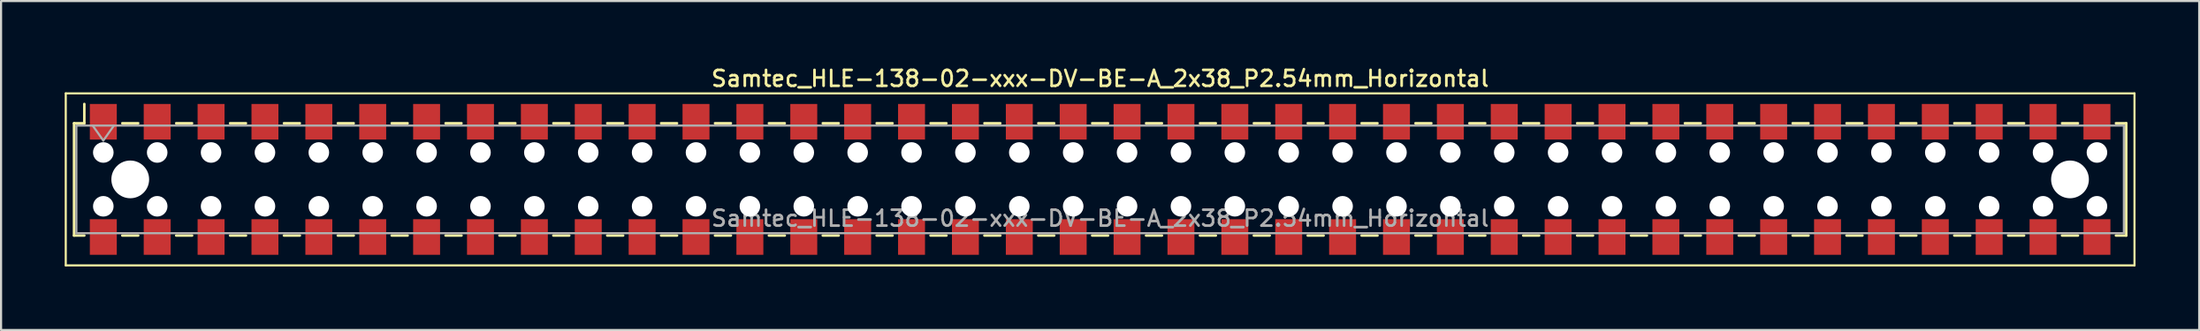
<source format=kicad_pcb>
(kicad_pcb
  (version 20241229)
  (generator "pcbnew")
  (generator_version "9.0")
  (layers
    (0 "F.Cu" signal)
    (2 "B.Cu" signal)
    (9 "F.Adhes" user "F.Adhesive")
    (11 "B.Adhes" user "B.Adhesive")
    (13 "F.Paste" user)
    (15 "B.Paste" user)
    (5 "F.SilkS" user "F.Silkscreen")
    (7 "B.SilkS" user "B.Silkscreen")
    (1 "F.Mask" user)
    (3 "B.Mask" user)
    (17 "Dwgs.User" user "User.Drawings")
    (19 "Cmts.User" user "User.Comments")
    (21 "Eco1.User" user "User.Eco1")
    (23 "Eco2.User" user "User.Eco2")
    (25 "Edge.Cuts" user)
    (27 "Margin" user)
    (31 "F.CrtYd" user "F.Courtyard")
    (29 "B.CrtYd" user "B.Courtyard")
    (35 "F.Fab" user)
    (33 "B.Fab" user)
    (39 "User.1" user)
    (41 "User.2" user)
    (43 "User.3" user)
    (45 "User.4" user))
  (footprint "Samtec_HLE-138-02-xxx-DV-BE-A_2x38_P2.54mm_Horizontal"
    (layer "F.Cu")
    (at 48.81 5.418)
    (property "Reference" "Samtec_HLE-138-02-xxx-DV-BE-A_2x38_P2.54mm_Horizontal" (at 0 -4.76 0) (layer "F.SilkS") (effects (font (size 0.75 0.75) (thickness 0.125))))
    (attr smd)
    (fp_line (start -48.76 -4.06) (end 48.76 -4.06) (stroke (width 0.1) (type solid)) (layer "F.SilkS"))
    (fp_line (start -48.76 4.06) (end -48.76 -4.06) (stroke (width 0.1) (type solid)) (layer "F.SilkS"))
    (fp_line (start -48.37 -2.65) (end -48.37 2.65) (stroke (width 0.12) (type solid)) (layer "F.SilkS"))
    (fp_line (start -48.37 2.65) (end -47.885 2.65) (stroke (width 0.12) (type solid)) (layer "F.SilkS"))
    (fp_line (start -47.885 -3.56) (end -47.885 -2.65) (stroke (width 0.12) (type solid)) (layer "F.SilkS"))
    (fp_line (start -47.885 -2.65) (end -48.37 -2.65) (stroke (width 0.12) (type solid)) (layer "F.SilkS"))
    (fp_line (start -46.095 -2.65) (end -45.345 -2.65) (stroke (width 0.12) (type solid)) (layer "F.SilkS"))
    (fp_line (start -46.095 2.65) (end -45.345 2.65) (stroke (width 0.12) (type solid)) (layer "F.SilkS"))
    (fp_line (start -43.555 -2.65) (end -42.805 -2.65) (stroke (width 0.12) (type solid)) (layer "F.SilkS"))
    (fp_line (start -43.555 2.65) (end -42.805 2.65) (stroke (width 0.12) (type solid)) (layer "F.SilkS"))
    (fp_line (start -41.015 -2.65) (end -40.265 -2.65) (stroke (width 0.12) (type solid)) (layer "F.SilkS"))
    (fp_line (start -41.015 2.65) (end -40.265 2.65) (stroke (width 0.12) (type solid)) (layer "F.SilkS"))
    (fp_line (start -38.475 -2.65) (end -37.725 -2.65) (stroke (width 0.12) (type solid)) (layer "F.SilkS"))
    (fp_line (start -38.475 2.65) (end -37.725 2.65) (stroke (width 0.12) (type solid)) (layer "F.SilkS"))
    (fp_line (start -35.935 -2.65) (end -35.185 -2.65) (stroke (width 0.12) (type solid)) (layer "F.SilkS"))
    (fp_line (start -35.935 2.65) (end -35.185 2.65) (stroke (width 0.12) (type solid)) (layer "F.SilkS"))
    (fp_line (start -33.395 -2.65) (end -32.645 -2.65) (stroke (width 0.12) (type solid)) (layer "F.SilkS"))
    (fp_line (start -33.395 2.65) (end -32.645 2.65) (stroke (width 0.12) (type solid)) (layer "F.SilkS"))
    (fp_line (start -30.855 -2.65) (end -30.105 -2.65) (stroke (width 0.12) (type solid)) (layer "F.SilkS"))
    (fp_line (start -30.855 2.65) (end -30.105 2.65) (stroke (width 0.12) (type solid)) (layer "F.SilkS"))
    (fp_line (start -28.315 -2.65) (end -27.565 -2.65) (stroke (width 0.12) (type solid)) (layer "F.SilkS"))
    (fp_line (start -28.315 2.65) (end -27.565 2.65) (stroke (width 0.12) (type solid)) (layer "F.SilkS"))
    (fp_line (start -25.775 -2.65) (end -25.025 -2.65) (stroke (width 0.12) (type solid)) (layer "F.SilkS"))
    (fp_line (start -25.775 2.65) (end -25.025 2.65) (stroke (width 0.12) (type solid)) (layer "F.SilkS"))
    (fp_line (start -23.235 -2.65) (end -22.485 -2.65) (stroke (width 0.12) (type solid)) (layer "F.SilkS"))
    (fp_line (start -23.235 2.65) (end -22.485 2.65) (stroke (width 0.12) (type solid)) (layer "F.SilkS"))
    (fp_line (start -20.695 -2.65) (end -19.945 -2.65) (stroke (width 0.12) (type solid)) (layer "F.SilkS"))
    (fp_line (start -20.695 2.65) (end -19.945 2.65) (stroke (width 0.12) (type solid)) (layer "F.SilkS"))
    (fp_line (start -18.155 -2.65) (end -17.405 -2.65) (stroke (width 0.12) (type solid)) (layer "F.SilkS"))
    (fp_line (start -18.155 2.65) (end -17.405 2.65) (stroke (width 0.12) (type solid)) (layer "F.SilkS"))
    (fp_line (start -15.615 -2.65) (end -14.865 -2.65) (stroke (width 0.12) (type solid)) (layer "F.SilkS"))
    (fp_line (start -15.615 2.65) (end -14.865 2.65) (stroke (width 0.12) (type solid)) (layer "F.SilkS"))
    (fp_line (start -13.075 -2.65) (end -12.325 -2.65) (stroke (width 0.12) (type solid)) (layer "F.SilkS"))
    (fp_line (start -13.075 2.65) (end -12.325 2.65) (stroke (width 0.12) (type solid)) (layer "F.SilkS"))
    (fp_line (start -10.535 -2.65) (end -9.785 -2.65) (stroke (width 0.12) (type solid)) (layer "F.SilkS"))
    (fp_line (start -10.535 2.65) (end -9.785 2.65) (stroke (width 0.12) (type solid)) (layer "F.SilkS"))
    (fp_line (start -7.995 -2.65) (end -7.245 -2.65) (stroke (width 0.12) (type solid)) (layer "F.SilkS"))
    (fp_line (start -7.995 2.65) (end -7.245 2.65) (stroke (width 0.12) (type solid)) (layer "F.SilkS"))
    (fp_line (start -5.455 -2.65) (end -4.705 -2.65) (stroke (width 0.12) (type solid)) (layer "F.SilkS"))
    (fp_line (start -5.455 2.65) (end -4.705 2.65) (stroke (width 0.12) (type solid)) (layer "F.SilkS"))
    (fp_line (start -2.915 -2.65) (end -2.165 -2.65) (stroke (width 0.12) (type solid)) (layer "F.SilkS"))
    (fp_line (start -2.915 2.65) (end -2.165 2.65) (stroke (width 0.12) (type solid)) (layer "F.SilkS"))
    (fp_line (start -0.375 -2.65) (end 0.375 -2.65) (stroke (width 0.12) (type solid)) (layer "F.SilkS"))
    (fp_line (start -0.375 2.65) (end 0.375 2.65) (stroke (width 0.12) (type solid)) (layer "F.SilkS"))
    (fp_line (start 2.165 -2.65) (end 2.915 -2.65) (stroke (width 0.12) (type solid)) (layer "F.SilkS"))
    (fp_line (start 2.165 2.65) (end 2.915 2.65) (stroke (width 0.12) (type solid)) (layer "F.SilkS"))
    (fp_line (start 4.705 -2.65) (end 5.455 -2.65) (stroke (width 0.12) (type solid)) (layer "F.SilkS"))
    (fp_line (start 4.705 2.65) (end 5.455 2.65) (stroke (width 0.12) (type solid)) (layer "F.SilkS"))
    (fp_line (start 7.245 -2.65) (end 7.995 -2.65) (stroke (width 0.12) (type solid)) (layer "F.SilkS"))
    (fp_line (start 7.245 2.65) (end 7.995 2.65) (stroke (width 0.12) (type solid)) (layer "F.SilkS"))
    (fp_line (start 9.785 -2.65) (end 10.535 -2.65) (stroke (width 0.12) (type solid)) (layer "F.SilkS"))
    (fp_line (start 9.785 2.65) (end 10.535 2.65) (stroke (width 0.12) (type solid)) (layer "F.SilkS"))
    (fp_line (start 12.325 -2.65) (end 13.075 -2.65) (stroke (width 0.12) (type solid)) (layer "F.SilkS"))
    (fp_line (start 12.325 2.65) (end 13.075 2.65) (stroke (width 0.12) (type solid)) (layer "F.SilkS"))
    (fp_line (start 14.865 -2.65) (end 15.615 -2.65) (stroke (width 0.12) (type solid)) (layer "F.SilkS"))
    (fp_line (start 14.865 2.65) (end 15.615 2.65) (stroke (width 0.12) (type solid)) (layer "F.SilkS"))
    (fp_line (start 17.405 -2.65) (end 18.155 -2.65) (stroke (width 0.12) (type solid)) (layer "F.SilkS"))
    (fp_line (start 17.405 2.65) (end 18.155 2.65) (stroke (width 0.12) (type solid)) (layer "F.SilkS"))
    (fp_line (start 19.945 -2.65) (end 20.695 -2.65) (stroke (width 0.12) (type solid)) (layer "F.SilkS"))
    (fp_line (start 19.945 2.65) (end 20.695 2.65) (stroke (width 0.12) (type solid)) (layer "F.SilkS"))
    (fp_line (start 22.485 -2.65) (end 23.235 -2.65) (stroke (width 0.12) (type solid)) (layer "F.SilkS"))
    (fp_line (start 22.485 2.65) (end 23.235 2.65) (stroke (width 0.12) (type solid)) (layer "F.SilkS"))
    (fp_line (start 25.025 -2.65) (end 25.775 -2.65) (stroke (width 0.12) (type solid)) (layer "F.SilkS"))
    (fp_line (start 25.025 2.65) (end 25.775 2.65) (stroke (width 0.12) (type solid)) (layer "F.SilkS"))
    (fp_line (start 27.565 -2.65) (end 28.315 -2.65) (stroke (width 0.12) (type solid)) (layer "F.SilkS"))
    (fp_line (start 27.565 2.65) (end 28.315 2.65) (stroke (width 0.12) (type solid)) (layer "F.SilkS"))
    (fp_line (start 30.105 -2.65) (end 30.855 -2.65) (stroke (width 0.12) (type solid)) (layer "F.SilkS"))
    (fp_line (start 30.105 2.65) (end 30.855 2.65) (stroke (width 0.12) (type solid)) (layer "F.SilkS"))
    (fp_line (start 32.645 -2.65) (end 33.395 -2.65) (stroke (width 0.12) (type solid)) (layer "F.SilkS"))
    (fp_line (start 32.645 2.65) (end 33.395 2.65) (stroke (width 0.12) (type solid)) (layer "F.SilkS"))
    (fp_line (start 35.185 -2.65) (end 35.935 -2.65) (stroke (width 0.12) (type solid)) (layer "F.SilkS"))
    (fp_line (start 35.185 2.65) (end 35.935 2.65) (stroke (width 0.12) (type solid)) (layer "F.SilkS"))
    (fp_line (start 37.725 -2.65) (end 38.475 -2.65) (stroke (width 0.12) (type solid)) (layer "F.SilkS"))
    (fp_line (start 37.725 2.65) (end 38.475 2.65) (stroke (width 0.12) (type solid)) (layer "F.SilkS"))
    (fp_line (start 40.265 -2.65) (end 41.015 -2.65) (stroke (width 0.12) (type solid)) (layer "F.SilkS"))
    (fp_line (start 40.265 2.65) (end 41.015 2.65) (stroke (width 0.12) (type solid)) (layer "F.SilkS"))
    (fp_line (start 42.805 -2.65) (end 43.555 -2.65) (stroke (width 0.12) (type solid)) (layer "F.SilkS"))
    (fp_line (start 42.805 2.65) (end 43.555 2.65) (stroke (width 0.12) (type solid)) (layer "F.SilkS"))
    (fp_line (start 45.345 -2.65) (end 46.095 -2.65) (stroke (width 0.12) (type solid)) (layer "F.SilkS"))
    (fp_line (start 45.345 2.65) (end 46.095 2.65) (stroke (width 0.12) (type solid)) (layer "F.SilkS"))
    (fp_line (start 47.885 -2.65) (end 48.37 -2.65) (stroke (width 0.12) (type solid)) (layer "F.SilkS"))
    (fp_line (start 48.37 -2.65) (end 48.37 2.65) (stroke (width 0.12) (type solid)) (layer "F.SilkS"))
    (fp_line (start 48.37 2.65) (end 47.885 2.65) (stroke (width 0.12) (type solid)) (layer "F.SilkS"))
    (fp_line (start 48.76 -4.06) (end 48.76 4.06) (stroke (width 0.1) (type solid)) (layer "F.SilkS"))
    (fp_line (start 48.76 4.06) (end -48.76 4.06) (stroke (width 0.1) (type solid)) (layer "F.SilkS"))
    (fp_line (start -48.26 -2.54) (end 48.26 -2.54) (stroke (width 0.1) (type solid)) (layer "F.Fab"))
    (fp_line (start -48.26 2.54) (end -48.26 -2.54) (stroke (width 0.1) (type solid)) (layer "F.Fab"))
    (fp_line (start -47.49 -2.54) (end -46.99 -1.833) (stroke (width 0.1) (type solid)) (layer "F.Fab"))
    (fp_line (start -46.99 -1.833) (end -46.49 -2.54) (stroke (width 0.1) (type solid)) (layer "F.Fab"))
    (fp_line (start 48.26 -2.54) (end 48.26 2.54) (stroke (width 0.1) (type solid)) (layer "F.Fab"))
    (fp_line (start 48.26 2.54) (end -48.26 2.54) (stroke (width 0.1) (type solid)) (layer "F.Fab"))
    (fp_text user "${REFERENCE}" (at 0 1.84 0) (layer "F.Fab") (effects (font (size 0.75 0.75) (thickness 0.125))))
    (pad "" np_thru_hole circle (at -46.99 -1.27) (size 0.97 0.97) (drill 0.97) (layers "*.Cu" "*.Mask"))
    (pad "" np_thru_hole circle (at -46.99 1.27) (size 0.97 0.97) (drill 0.97) (layers "*.Cu" "*.Mask"))
    (pad "" np_thru_hole circle (at -45.72 0) (size 1.78 1.78) (drill 1.78) (layers "*.Cu" "*.Mask"))
    (pad "" np_thru_hole circle (at -44.45 -1.27) (size 0.97 0.97) (drill 0.97) (layers "*.Cu" "*.Mask"))
    (pad "" np_thru_hole circle (at -44.45 1.27) (size 0.97 0.97) (drill 0.97) (layers "*.Cu" "*.Mask"))
    (pad "" np_thru_hole circle (at -41.91 -1.27) (size 0.97 0.97) (drill 0.97) (layers "*.Cu" "*.Mask"))
    (pad "" np_thru_hole circle (at -41.91 1.27) (size 0.97 0.97) (drill 0.97) (layers "*.Cu" "*.Mask"))
    (pad "" np_thru_hole circle (at -39.37 -1.27) (size 0.97 0.97) (drill 0.97) (layers "*.Cu" "*.Mask"))
    (pad "" np_thru_hole circle (at -39.37 1.27) (size 0.97 0.97) (drill 0.97) (layers "*.Cu" "*.Mask"))
    (pad "" np_thru_hole circle (at -36.83 -1.27) (size 0.97 0.97) (drill 0.97) (layers "*.Cu" "*.Mask"))
    (pad "" np_thru_hole circle (at -36.83 1.27) (size 0.97 0.97) (drill 0.97) (layers "*.Cu" "*.Mask"))
    (pad "" np_thru_hole circle (at -34.29 -1.27) (size 0.97 0.97) (drill 0.97) (layers "*.Cu" "*.Mask"))
    (pad "" np_thru_hole circle (at -34.29 1.27) (size 0.97 0.97) (drill 0.97) (layers "*.Cu" "*.Mask"))
    (pad "" np_thru_hole circle (at -31.75 -1.27) (size 0.97 0.97) (drill 0.97) (layers "*.Cu" "*.Mask"))
    (pad "" np_thru_hole circle (at -31.75 1.27) (size 0.97 0.97) (drill 0.97) (layers "*.Cu" "*.Mask"))
    (pad "" np_thru_hole circle (at -29.21 -1.27) (size 0.97 0.97) (drill 0.97) (layers "*.Cu" "*.Mask"))
    (pad "" np_thru_hole circle (at -29.21 1.27) (size 0.97 0.97) (drill 0.97) (layers "*.Cu" "*.Mask"))
    (pad "" np_thru_hole circle (at -26.67 -1.27) (size 0.97 0.97) (drill 0.97) (layers "*.Cu" "*.Mask"))
    (pad "" np_thru_hole circle (at -26.67 1.27) (size 0.97 0.97) (drill 0.97) (layers "*.Cu" "*.Mask"))
    (pad "" np_thru_hole circle (at -24.13 -1.27) (size 0.97 0.97) (drill 0.97) (layers "*.Cu" "*.Mask"))
    (pad "" np_thru_hole circle (at -24.13 1.27) (size 0.97 0.97) (drill 0.97) (layers "*.Cu" "*.Mask"))
    (pad "" np_thru_hole circle (at -21.59 -1.27) (size 0.97 0.97) (drill 0.97) (layers "*.Cu" "*.Mask"))
    (pad "" np_thru_hole circle (at -21.59 1.27) (size 0.97 0.97) (drill 0.97) (layers "*.Cu" "*.Mask"))
    (pad "" np_thru_hole circle (at -19.05 -1.27) (size 0.97 0.97) (drill 0.97) (layers "*.Cu" "*.Mask"))
    (pad "" np_thru_hole circle (at -19.05 1.27) (size 0.97 0.97) (drill 0.97) (layers "*.Cu" "*.Mask"))
    (pad "" np_thru_hole circle (at -16.51 -1.27) (size 0.97 0.97) (drill 0.97) (layers "*.Cu" "*.Mask"))
    (pad "" np_thru_hole circle (at -16.51 1.27) (size 0.97 0.97) (drill 0.97) (layers "*.Cu" "*.Mask"))
    (pad "" np_thru_hole circle (at -13.97 -1.27) (size 0.97 0.97) (drill 0.97) (layers "*.Cu" "*.Mask"))
    (pad "" np_thru_hole circle (at -13.97 1.27) (size 0.97 0.97) (drill 0.97) (layers "*.Cu" "*.Mask"))
    (pad "" np_thru_hole circle (at -11.43 -1.27) (size 0.97 0.97) (drill 0.97) (layers "*.Cu" "*.Mask"))
    (pad "" np_thru_hole circle (at -11.43 1.27) (size 0.97 0.97) (drill 0.97) (layers "*.Cu" "*.Mask"))
    (pad "" np_thru_hole circle (at -8.89 -1.27) (size 0.97 0.97) (drill 0.97) (layers "*.Cu" "*.Mask"))
    (pad "" np_thru_hole circle (at -8.89 1.27) (size 0.97 0.97) (drill 0.97) (layers "*.Cu" "*.Mask"))
    (pad "" np_thru_hole circle (at -6.35 -1.27) (size 0.97 0.97) (drill 0.97) (layers "*.Cu" "*.Mask"))
    (pad "" np_thru_hole circle (at -6.35 1.27) (size 0.97 0.97) (drill 0.97) (layers "*.Cu" "*.Mask"))
    (pad "" np_thru_hole circle (at -3.81 -1.27) (size 0.97 0.97) (drill 0.97) (layers "*.Cu" "*.Mask"))
    (pad "" np_thru_hole circle (at -3.81 1.27) (size 0.97 0.97) (drill 0.97) (layers "*.Cu" "*.Mask"))
    (pad "" np_thru_hole circle (at -1.27 -1.27) (size 0.97 0.97) (drill 0.97) (layers "*.Cu" "*.Mask"))
    (pad "" np_thru_hole circle (at -1.27 1.27) (size 0.97 0.97) (drill 0.97) (layers "*.Cu" "*.Mask"))
    (pad "" np_thru_hole circle (at 1.27 -1.27) (size 0.97 0.97) (drill 0.97) (layers "*.Cu" "*.Mask"))
    (pad "" np_thru_hole circle (at 1.27 1.27) (size 0.97 0.97) (drill 0.97) (layers "*.Cu" "*.Mask"))
    (pad "" np_thru_hole circle (at 3.81 -1.27) (size 0.97 0.97) (drill 0.97) (layers "*.Cu" "*.Mask"))
    (pad "" np_thru_hole circle (at 3.81 1.27) (size 0.97 0.97) (drill 0.97) (layers "*.Cu" "*.Mask"))
    (pad "" np_thru_hole circle (at 6.35 -1.27) (size 0.97 0.97) (drill 0.97) (layers "*.Cu" "*.Mask"))
    (pad "" np_thru_hole circle (at 6.35 1.27) (size 0.97 0.97) (drill 0.97) (layers "*.Cu" "*.Mask"))
    (pad "" np_thru_hole circle (at 8.89 -1.27) (size 0.97 0.97) (drill 0.97) (layers "*.Cu" "*.Mask"))
    (pad "" np_thru_hole circle (at 8.89 1.27) (size 0.97 0.97) (drill 0.97) (layers "*.Cu" "*.Mask"))
    (pad "" np_thru_hole circle (at 11.43 -1.27) (size 0.97 0.97) (drill 0.97) (layers "*.Cu" "*.Mask"))
    (pad "" np_thru_hole circle (at 11.43 1.27) (size 0.97 0.97) (drill 0.97) (layers "*.Cu" "*.Mask"))
    (pad "" np_thru_hole circle (at 13.97 -1.27) (size 0.97 0.97) (drill 0.97) (layers "*.Cu" "*.Mask"))
    (pad "" np_thru_hole circle (at 13.97 1.27) (size 0.97 0.97) (drill 0.97) (layers "*.Cu" "*.Mask"))
    (pad "" np_thru_hole circle (at 16.51 -1.27) (size 0.97 0.97) (drill 0.97) (layers "*.Cu" "*.Mask"))
    (pad "" np_thru_hole circle (at 16.51 1.27) (size 0.97 0.97) (drill 0.97) (layers "*.Cu" "*.Mask"))
    (pad "" np_thru_hole circle (at 19.05 -1.27) (size 0.97 0.97) (drill 0.97) (layers "*.Cu" "*.Mask"))
    (pad "" np_thru_hole circle (at 19.05 1.27) (size 0.97 0.97) (drill 0.97) (layers "*.Cu" "*.Mask"))
    (pad "" np_thru_hole circle (at 21.59 -1.27) (size 0.97 0.97) (drill 0.97) (layers "*.Cu" "*.Mask"))
    (pad "" np_thru_hole circle (at 21.59 1.27) (size 0.97 0.97) (drill 0.97) (layers "*.Cu" "*.Mask"))
    (pad "" np_thru_hole circle (at 24.13 -1.27) (size 0.97 0.97) (drill 0.97) (layers "*.Cu" "*.Mask"))
    (pad "" np_thru_hole circle (at 24.13 1.27) (size 0.97 0.97) (drill 0.97) (layers "*.Cu" "*.Mask"))
    (pad "" np_thru_hole circle (at 26.67 -1.27) (size 0.97 0.97) (drill 0.97) (layers "*.Cu" "*.Mask"))
    (pad "" np_thru_hole circle (at 26.67 1.27) (size 0.97 0.97) (drill 0.97) (layers "*.Cu" "*.Mask"))
    (pad "" np_thru_hole circle (at 29.21 -1.27) (size 0.97 0.97) (drill 0.97) (layers "*.Cu" "*.Mask"))
    (pad "" np_thru_hole circle (at 29.21 1.27) (size 0.97 0.97) (drill 0.97) (layers "*.Cu" "*.Mask"))
    (pad "" np_thru_hole circle (at 31.75 -1.27) (size 0.97 0.97) (drill 0.97) (layers "*.Cu" "*.Mask"))
    (pad "" np_thru_hole circle (at 31.75 1.27) (size 0.97 0.97) (drill 0.97) (layers "*.Cu" "*.Mask"))
    (pad "" np_thru_hole circle (at 34.29 -1.27) (size 0.97 0.97) (drill 0.97) (layers "*.Cu" "*.Mask"))
    (pad "" np_thru_hole circle (at 34.29 1.27) (size 0.97 0.97) (drill 0.97) (layers "*.Cu" "*.Mask"))
    (pad "" np_thru_hole circle (at 36.83 -1.27) (size 0.97 0.97) (drill 0.97) (layers "*.Cu" "*.Mask"))
    (pad "" np_thru_hole circle (at 36.83 1.27) (size 0.97 0.97) (drill 0.97) (layers "*.Cu" "*.Mask"))
    (pad "" np_thru_hole circle (at 39.37 -1.27) (size 0.97 0.97) (drill 0.97) (layers "*.Cu" "*.Mask"))
    (pad "" np_thru_hole circle (at 39.37 1.27) (size 0.97 0.97) (drill 0.97) (layers "*.Cu" "*.Mask"))
    (pad "" np_thru_hole circle (at 41.91 -1.27) (size 0.97 0.97) (drill 0.97) (layers "*.Cu" "*.Mask"))
    (pad "" np_thru_hole circle (at 41.91 1.27) (size 0.97 0.97) (drill 0.97) (layers "*.Cu" "*.Mask"))
    (pad "" np_thru_hole circle (at 44.45 -1.27) (size 0.97 0.97) (drill 0.97) (layers "*.Cu" "*.Mask"))
    (pad "" np_thru_hole circle (at 44.45 1.27) (size 0.97 0.97) (drill 0.97) (layers "*.Cu" "*.Mask"))
    (pad "" np_thru_hole circle (at 45.72 0) (size 1.78 1.78) (drill 1.78) (layers "*.Cu" "*.Mask"))
    (pad "" np_thru_hole circle (at 46.99 -1.27) (size 0.97 0.97) (drill 0.97) (layers "*.Cu" "*.Mask"))
    (pad "" np_thru_hole circle (at 46.99 1.27) (size 0.97 0.97) (drill 0.97) (layers "*.Cu" "*.Mask"))
    (pad "1" smd rect (at -46.99 -2.72) (size 1.27 1.68) (layers "F.Cu" "F.Mask" "F.Paste"))
    (pad "2" smd rect (at -46.99 2.72) (size 1.27 1.68) (layers "F.Cu" "F.Mask" "F.Paste"))
    (pad "3" smd rect (at -44.45 -2.72) (size 1.27 1.68) (layers "F.Cu" "F.Mask" "F.Paste"))
    (pad "4" smd rect (at -44.45 2.72) (size 1.27 1.68) (layers "F.Cu" "F.Mask" "F.Paste"))
    (pad "5" smd rect (at -41.91 -2.72) (size 1.27 1.68) (layers "F.Cu" "F.Mask" "F.Paste"))
    (pad "6" smd rect (at -41.91 2.72) (size 1.27 1.68) (layers "F.Cu" "F.Mask" "F.Paste"))
    (pad "7" smd rect (at -39.37 -2.72) (size 1.27 1.68) (layers "F.Cu" "F.Mask" "F.Paste"))
    (pad "8" smd rect (at -39.37 2.72) (size 1.27 1.68) (layers "F.Cu" "F.Mask" "F.Paste"))
    (pad "9" smd rect (at -36.83 -2.72) (size 1.27 1.68) (layers "F.Cu" "F.Mask" "F.Paste"))
    (pad "10" smd rect (at -36.83 2.72) (size 1.27 1.68) (layers "F.Cu" "F.Mask" "F.Paste"))
    (pad "11" smd rect (at -34.29 -2.72) (size 1.27 1.68) (layers "F.Cu" "F.Mask" "F.Paste"))
    (pad "12" smd rect (at -34.29 2.72) (size 1.27 1.68) (layers "F.Cu" "F.Mask" "F.Paste"))
    (pad "13" smd rect (at -31.75 -2.72) (size 1.27 1.68) (layers "F.Cu" "F.Mask" "F.Paste"))
    (pad "14" smd rect (at -31.75 2.72) (size 1.27 1.68) (layers "F.Cu" "F.Mask" "F.Paste"))
    (pad "15" smd rect (at -29.21 -2.72) (size 1.27 1.68) (layers "F.Cu" "F.Mask" "F.Paste"))
    (pad "16" smd rect (at -29.21 2.72) (size 1.27 1.68) (layers "F.Cu" "F.Mask" "F.Paste"))
    (pad "17" smd rect (at -26.67 -2.72) (size 1.27 1.68) (layers "F.Cu" "F.Mask" "F.Paste"))
    (pad "18" smd rect (at -26.67 2.72) (size 1.27 1.68) (layers "F.Cu" "F.Mask" "F.Paste"))
    (pad "19" smd rect (at -24.13 -2.72) (size 1.27 1.68) (layers "F.Cu" "F.Mask" "F.Paste"))
    (pad "20" smd rect (at -24.13 2.72) (size 1.27 1.68) (layers "F.Cu" "F.Mask" "F.Paste"))
    (pad "21" smd rect (at -21.59 -2.72) (size 1.27 1.68) (layers "F.Cu" "F.Mask" "F.Paste"))
    (pad "22" smd rect (at -21.59 2.72) (size 1.27 1.68) (layers "F.Cu" "F.Mask" "F.Paste"))
    (pad "23" smd rect (at -19.05 -2.72) (size 1.27 1.68) (layers "F.Cu" "F.Mask" "F.Paste"))
    (pad "24" smd rect (at -19.05 2.72) (size 1.27 1.68) (layers "F.Cu" "F.Mask" "F.Paste"))
    (pad "25" smd rect (at -16.51 -2.72) (size 1.27 1.68) (layers "F.Cu" "F.Mask" "F.Paste"))
    (pad "26" smd rect (at -16.51 2.72) (size 1.27 1.68) (layers "F.Cu" "F.Mask" "F.Paste"))
    (pad "27" smd rect (at -13.97 -2.72) (size 1.27 1.68) (layers "F.Cu" "F.Mask" "F.Paste"))
    (pad "28" smd rect (at -13.97 2.72) (size 1.27 1.68) (layers "F.Cu" "F.Mask" "F.Paste"))
    (pad "29" smd rect (at -11.43 -2.72) (size 1.27 1.68) (layers "F.Cu" "F.Mask" "F.Paste"))
    (pad "30" smd rect (at -11.43 2.72) (size 1.27 1.68) (layers "F.Cu" "F.Mask" "F.Paste"))
    (pad "31" smd rect (at -8.89 -2.72) (size 1.27 1.68) (layers "F.Cu" "F.Mask" "F.Paste"))
    (pad "32" smd rect (at -8.89 2.72) (size 1.27 1.68) (layers "F.Cu" "F.Mask" "F.Paste"))
    (pad "33" smd rect (at -6.35 -2.72) (size 1.27 1.68) (layers "F.Cu" "F.Mask" "F.Paste"))
    (pad "34" smd rect (at -6.35 2.72) (size 1.27 1.68) (layers "F.Cu" "F.Mask" "F.Paste"))
    (pad "35" smd rect (at -3.81 -2.72) (size 1.27 1.68) (layers "F.Cu" "F.Mask" "F.Paste"))
    (pad "36" smd rect (at -3.81 2.72) (size 1.27 1.68) (layers "F.Cu" "F.Mask" "F.Paste"))
    (pad "37" smd rect (at -1.27 -2.72) (size 1.27 1.68) (layers "F.Cu" "F.Mask" "F.Paste"))
    (pad "38" smd rect (at -1.27 2.72) (size 1.27 1.68) (layers "F.Cu" "F.Mask" "F.Paste"))
    (pad "39" smd rect (at 1.27 -2.72) (size 1.27 1.68) (layers "F.Cu" "F.Mask" "F.Paste"))
    (pad "40" smd rect (at 1.27 2.72) (size 1.27 1.68) (layers "F.Cu" "F.Mask" "F.Paste"))
    (pad "41" smd rect (at 3.81 -2.72) (size 1.27 1.68) (layers "F.Cu" "F.Mask" "F.Paste"))
    (pad "42" smd rect (at 3.81 2.72) (size 1.27 1.68) (layers "F.Cu" "F.Mask" "F.Paste"))
    (pad "43" smd rect (at 6.35 -2.72) (size 1.27 1.68) (layers "F.Cu" "F.Mask" "F.Paste"))
    (pad "44" smd rect (at 6.35 2.72) (size 1.27 1.68) (layers "F.Cu" "F.Mask" "F.Paste"))
    (pad "45" smd rect (at 8.89 -2.72) (size 1.27 1.68) (layers "F.Cu" "F.Mask" "F.Paste"))
    (pad "46" smd rect (at 8.89 2.72) (size 1.27 1.68) (layers "F.Cu" "F.Mask" "F.Paste"))
    (pad "47" smd rect (at 11.43 -2.72) (size 1.27 1.68) (layers "F.Cu" "F.Mask" "F.Paste"))
    (pad "48" smd rect (at 11.43 2.72) (size 1.27 1.68) (layers "F.Cu" "F.Mask" "F.Paste"))
    (pad "49" smd rect (at 13.97 -2.72) (size 1.27 1.68) (layers "F.Cu" "F.Mask" "F.Paste"))
    (pad "50" smd rect (at 13.97 2.72) (size 1.27 1.68) (layers "F.Cu" "F.Mask" "F.Paste"))
    (pad "51" smd rect (at 16.51 -2.72) (size 1.27 1.68) (layers "F.Cu" "F.Mask" "F.Paste"))
    (pad "52" smd rect (at 16.51 2.72) (size 1.27 1.68) (layers "F.Cu" "F.Mask" "F.Paste"))
    (pad "53" smd rect (at 19.05 -2.72) (size 1.27 1.68) (layers "F.Cu" "F.Mask" "F.Paste"))
    (pad "54" smd rect (at 19.05 2.72) (size 1.27 1.68) (layers "F.Cu" "F.Mask" "F.Paste"))
    (pad "55" smd rect (at 21.59 -2.72) (size 1.27 1.68) (layers "F.Cu" "F.Mask" "F.Paste"))
    (pad "56" smd rect (at 21.59 2.72) (size 1.27 1.68) (layers "F.Cu" "F.Mask" "F.Paste"))
    (pad "57" smd rect (at 24.13 -2.72) (size 1.27 1.68) (layers "F.Cu" "F.Mask" "F.Paste"))
    (pad "58" smd rect (at 24.13 2.72) (size 1.27 1.68) (layers "F.Cu" "F.Mask" "F.Paste"))
    (pad "59" smd rect (at 26.67 -2.72) (size 1.27 1.68) (layers "F.Cu" "F.Mask" "F.Paste"))
    (pad "60" smd rect (at 26.67 2.72) (size 1.27 1.68) (layers "F.Cu" "F.Mask" "F.Paste"))
    (pad "61" smd rect (at 29.21 -2.72) (size 1.27 1.68) (layers "F.Cu" "F.Mask" "F.Paste"))
    (pad "62" smd rect (at 29.21 2.72) (size 1.27 1.68) (layers "F.Cu" "F.Mask" "F.Paste"))
    (pad "63" smd rect (at 31.75 -2.72) (size 1.27 1.68) (layers "F.Cu" "F.Mask" "F.Paste"))
    (pad "64" smd rect (at 31.75 2.72) (size 1.27 1.68) (layers "F.Cu" "F.Mask" "F.Paste"))
    (pad "65" smd rect (at 34.29 -2.72) (size 1.27 1.68) (layers "F.Cu" "F.Mask" "F.Paste"))
    (pad "66" smd rect (at 34.29 2.72) (size 1.27 1.68) (layers "F.Cu" "F.Mask" "F.Paste"))
    (pad "67" smd rect (at 36.83 -2.72) (size 1.27 1.68) (layers "F.Cu" "F.Mask" "F.Paste"))
    (pad "68" smd rect (at 36.83 2.72) (size 1.27 1.68) (layers "F.Cu" "F.Mask" "F.Paste"))
    (pad "69" smd rect (at 39.37 -2.72) (size 1.27 1.68) (layers "F.Cu" "F.Mask" "F.Paste"))
    (pad "70" smd rect (at 39.37 2.72) (size 1.27 1.68) (layers "F.Cu" "F.Mask" "F.Paste"))
    (pad "71" smd rect (at 41.91 -2.72) (size 1.27 1.68) (layers "F.Cu" "F.Mask" "F.Paste"))
    (pad "72" smd rect (at 41.91 2.72) (size 1.27 1.68) (layers "F.Cu" "F.Mask" "F.Paste"))
    (pad "73" smd rect (at 44.45 -2.72) (size 1.27 1.68) (layers "F.Cu" "F.Mask" "F.Paste"))
    (pad "74" smd rect (at 44.45 2.72) (size 1.27 1.68) (layers "F.Cu" "F.Mask" "F.Paste"))
    (pad "75" smd rect (at 46.99 -2.72) (size 1.27 1.68) (layers "F.Cu" "F.Mask" "F.Paste"))
    (pad "76" smd rect (at 46.99 2.72) (size 1.27 1.68) (layers "F.Cu" "F.Mask" "F.Paste")))
  (gr_rect
    (start -3 -3)
    (end 100.62 12.528)
    (stroke (width 0.1) (type default))
    (fill no)
    (layer "Edge.Cuts")))
</source>
